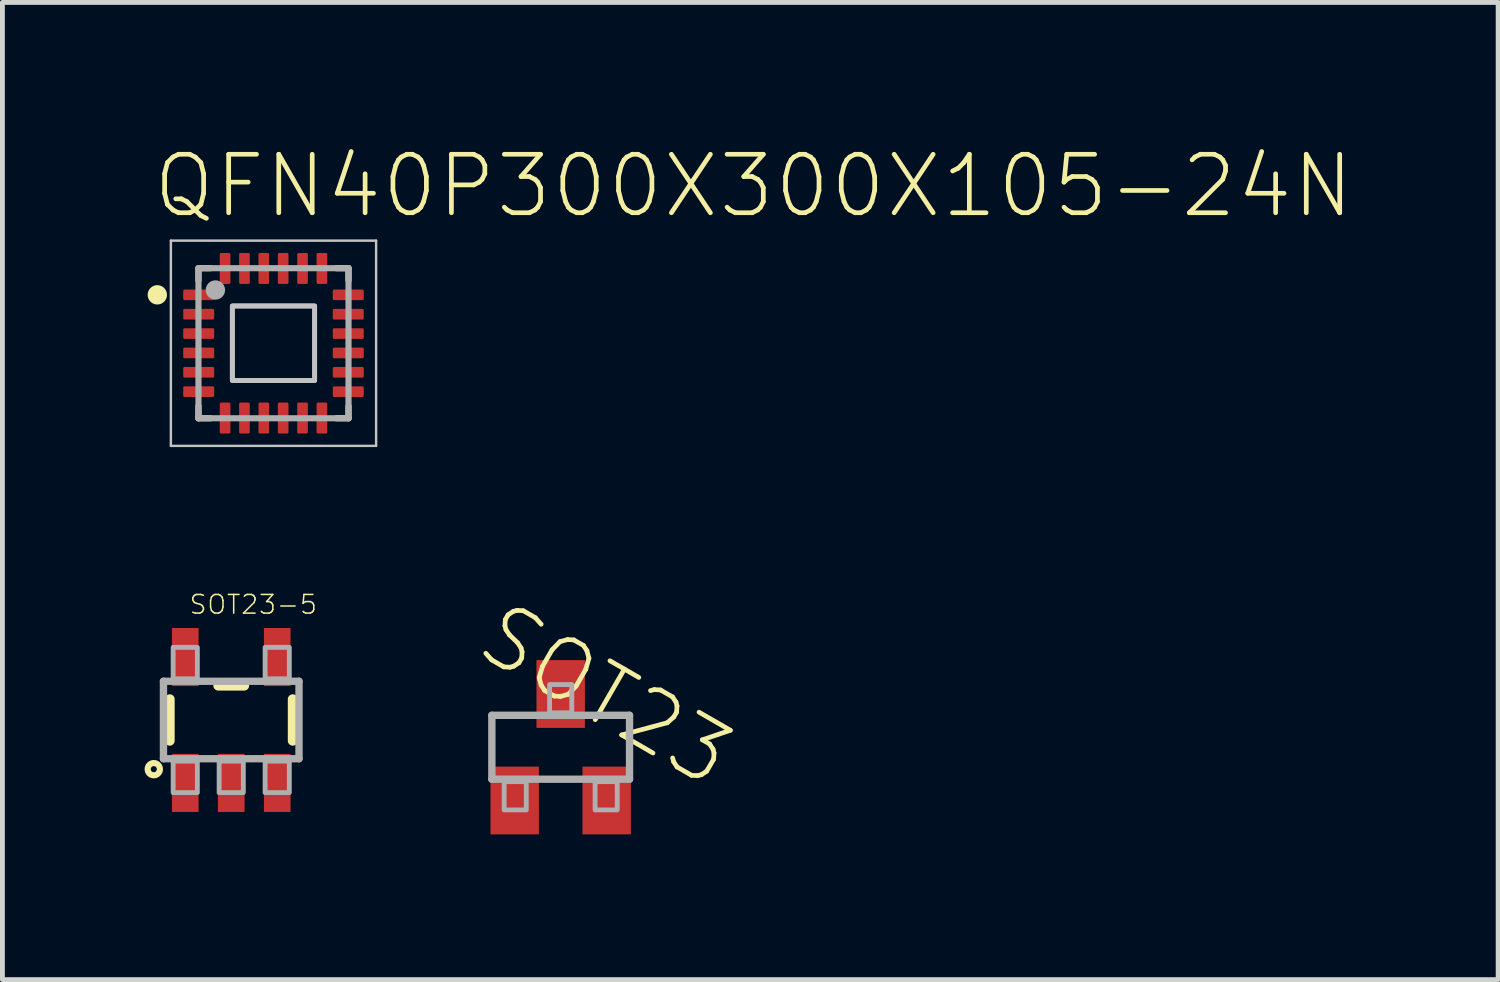
<source format=kicad_pcb>
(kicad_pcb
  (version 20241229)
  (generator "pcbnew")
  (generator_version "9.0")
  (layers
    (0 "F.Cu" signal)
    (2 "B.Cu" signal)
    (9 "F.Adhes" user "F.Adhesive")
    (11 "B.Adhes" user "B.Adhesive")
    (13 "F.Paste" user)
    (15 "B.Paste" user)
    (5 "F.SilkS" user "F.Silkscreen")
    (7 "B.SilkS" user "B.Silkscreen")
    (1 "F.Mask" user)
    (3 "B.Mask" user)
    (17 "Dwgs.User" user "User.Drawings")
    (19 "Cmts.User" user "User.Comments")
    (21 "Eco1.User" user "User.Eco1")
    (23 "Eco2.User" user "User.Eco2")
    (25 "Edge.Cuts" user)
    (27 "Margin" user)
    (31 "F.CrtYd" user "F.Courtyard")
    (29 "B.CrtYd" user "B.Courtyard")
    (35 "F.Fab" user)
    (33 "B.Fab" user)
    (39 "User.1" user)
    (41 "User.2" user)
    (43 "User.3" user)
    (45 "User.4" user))
  (footprint "QFN40P300X300X105-24N"
    (layer "F.Cu")
    (at 2.6 4.041)
    (property "Reference" "QFN40P300X300X105-24N" (at -2.543 -2.543 0) (layer "F.SilkS") (effects (font (size 1.208 1.208) (thickness 0.097)) (justify left bottom)))
    (attr through_hole)
    (fp_line (start -1.55 -1.55) (end -1.55 -1.3) (stroke (width 0.127) (type solid)) (layer "F.SilkS"))
    (fp_line (start -1.55 1.3) (end -1.55 1.55) (stroke (width 0.127) (type solid)) (layer "F.SilkS"))
    (fp_line (start -1.55 1.55) (end -1.3 1.55) (stroke (width 0.127) (type solid)) (layer "F.SilkS"))
    (fp_line (start -1.3 -1.55) (end -1.55 -1.55) (stroke (width 0.127) (type solid)) (layer "F.SilkS"))
    (fp_line (start 1.3 -1.55) (end 1.55 -1.55) (stroke (width 0.127) (type solid)) (layer "F.SilkS"))
    (fp_line (start 1.55 -1.55) (end 1.55 -1.3) (stroke (width 0.127) (type solid)) (layer "F.SilkS"))
    (fp_line (start 1.55 1.3) (end 1.55 1.55) (stroke (width 0.127) (type solid)) (layer "F.SilkS"))
    (fp_line (start 1.55 1.55) (end 1.3 1.55) (stroke (width 0.127) (type solid)) (layer "F.SilkS"))
    (fp_circle (center -2.4 -1) (end -2.3 -1) (stroke (width 0.2) (type solid)) (fill no) (layer "F.SilkS"))
    (fp_line (start -2.12 -2.12) (end 2.12 -2.12) (stroke (width 0.05) (type solid)) (layer "Dwgs.User"))
    (fp_line (start -2.12 2.12) (end -2.12 -2.12) (stroke (width 0.05) (type solid)) (layer "Dwgs.User"))
    (fp_line (start 2.12 -2.12) (end 2.12 2.12) (stroke (width 0.05) (type solid)) (layer "Dwgs.User"))
    (fp_line (start 2.12 2.12) (end -2.12 2.12) (stroke (width 0.05) (type solid)) (layer "Dwgs.User"))
    (fp_poly (pts (xy -0.85 0.77) (xy 0.85 0.77) (xy 0.85 -0.77) (xy -0.85 -0.77)) (stroke (width 0.1) (type solid)) (fill no) (layer "Dwgs.User"))
    (fp_poly (pts (xy -0.85 0.77) (xy 0.85 0.77) (xy 0.85 -0.77) (xy -0.85 -0.77)) (stroke (width 0.1) (type solid)) (fill no) (layer "Dwgs.User"))
    (fp_line (start -1.55 -1.55) (end 1.55 -1.55) (stroke (width 0.127) (type solid)) (layer "F.Fab"))
    (fp_line (start -1.55 1.55) (end -1.55 -1.55) (stroke (width 0.127) (type solid)) (layer "F.Fab"))
    (fp_line (start 1.55 -1.55) (end 1.55 1.55) (stroke (width 0.127) (type solid)) (layer "F.Fab"))
    (fp_line (start 1.55 1.55) (end -1.55 1.55) (stroke (width 0.127) (type solid)) (layer "F.Fab"))
    (fp_circle (center -1.2 -1.1) (end -1.1 -1.1) (stroke (width 0.2) (type solid)) (fill no) (layer "F.Fab"))
    (pad "1" smd roundrect (at -1.545 -1) (size 0.64 0.22) (layers "F.Cu" "F.Mask" "F.Paste") (roundrect_rratio 0.125))
    (pad "2" smd roundrect (at -1.545 -0.6) (size 0.64 0.22) (layers "F.Cu" "F.Mask" "F.Paste") (roundrect_rratio 0.125))
    (pad "3" smd roundrect (at -1.545 -0.2) (size 0.64 0.22) (layers "F.Cu" "F.Mask" "F.Paste") (roundrect_rratio 0.125))
    (pad "4" smd roundrect (at -1.545 0.2) (size 0.64 0.22) (layers "F.Cu" "F.Mask" "F.Paste") (roundrect_rratio 0.125))
    (pad "5" smd roundrect (at -1.545 0.6) (size 0.64 0.22) (layers "F.Cu" "F.Mask" "F.Paste") (roundrect_rratio 0.125))
    (pad "6" smd roundrect (at -1.545 1) (size 0.64 0.22) (layers "F.Cu" "F.Mask" "F.Paste") (roundrect_rratio 0.125))
    (pad "7" smd roundrect (at -1 1.545 90) (size 0.64 0.22) (layers "F.Cu" "F.Mask" "F.Paste") (roundrect_rratio 0.125))
    (pad "8" smd roundrect (at -0.6 1.545 90) (size 0.64 0.22) (layers "F.Cu" "F.Mask" "F.Paste") (roundrect_rratio 0.125))
    (pad "9" smd roundrect (at -0.2 1.545 90) (size 0.64 0.22) (layers "F.Cu" "F.Mask" "F.Paste") (roundrect_rratio 0.125))
    (pad "10" smd roundrect (at 0.2 1.545 90) (size 0.64 0.22) (layers "F.Cu" "F.Mask" "F.Paste") (roundrect_rratio 0.125))
    (pad "11" smd roundrect (at 0.6 1.545 90) (size 0.64 0.22) (layers "F.Cu" "F.Mask" "F.Paste") (roundrect_rratio 0.125))
    (pad "12" smd roundrect (at 1 1.545 90) (size 0.64 0.22) (layers "F.Cu" "F.Mask" "F.Paste") (roundrect_rratio 0.125))
    (pad "13" smd roundrect (at 1.545 1 180) (size 0.64 0.22) (layers "F.Cu" "F.Mask" "F.Paste") (roundrect_rratio 0.125))
    (pad "14" smd roundrect (at 1.545 0.6 180) (size 0.64 0.22) (layers "F.Cu" "F.Mask" "F.Paste") (roundrect_rratio 0.125))
    (pad "15" smd roundrect (at 1.545 0.2 180) (size 0.64 0.22) (layers "F.Cu" "F.Mask" "F.Paste") (roundrect_rratio 0.125))
    (pad "16" smd roundrect (at 1.545 -0.2 180) (size 0.64 0.22) (layers "F.Cu" "F.Mask" "F.Paste") (roundrect_rratio 0.125))
    (pad "17" smd roundrect (at 1.545 -0.6 180) (size 0.64 0.22) (layers "F.Cu" "F.Mask" "F.Paste") (roundrect_rratio 0.125))
    (pad "18" smd roundrect (at 1.545 -1 180) (size 0.64 0.22) (layers "F.Cu" "F.Mask" "F.Paste") (roundrect_rratio 0.125))
    (pad "19" smd roundrect (at 1 -1.545 270) (size 0.64 0.22) (layers "F.Cu" "F.Mask" "F.Paste") (roundrect_rratio 0.125))
    (pad "20" smd roundrect (at 0.6 -1.545 270) (size 0.64 0.22) (layers "F.Cu" "F.Mask" "F.Paste") (roundrect_rratio 0.125))
    (pad "21" smd roundrect (at 0.2 -1.545 270) (size 0.64 0.22) (layers "F.Cu" "F.Mask" "F.Paste") (roundrect_rratio 0.125))
    (pad "22" smd roundrect (at -0.2 -1.545 270) (size 0.64 0.22) (layers "F.Cu" "F.Mask" "F.Paste") (roundrect_rratio 0.125))
    (pad "23" smd roundrect (at -0.6 -1.545 270) (size 0.64 0.22) (layers "F.Cu" "F.Mask" "F.Paste") (roundrect_rratio 0.125))
    (pad "24" smd roundrect (at -1 -1.545 270) (size 0.64 0.22) (layers "F.Cu" "F.Mask" "F.Paste") (roundrect_rratio 0.125)))
  (footprint "SOT23"
    (layer "F.Cu")
    (at 8.533 12.387)
    (property "Reference" "SOT23" (at -1.905 -1.905 150) (layer "F.SilkS") (effects (font (size 1.206 1.206) (thickness 0.097)) (justify left bottom)))
    (attr through_hole)
    (fp_line (start -1.422 -0.66) (end 1.422 -0.66) (stroke (width 0.152) (type solid)) (layer "F.Fab"))
    (fp_line (start -1.422 0.66) (end -1.422 -0.66) (stroke (width 0.152) (type solid)) (layer "F.Fab"))
    (fp_line (start 1.422 -0.66) (end 1.422 0.66) (stroke (width 0.152) (type solid)) (layer "F.Fab"))
    (fp_line (start 1.422 0.66) (end -1.422 0.66) (stroke (width 0.152) (type solid)) (layer "F.Fab"))
    (fp_poly (pts (xy -1.168 1.295) (xy -0.711 1.295) (xy -0.711 0.711) (xy -1.168 0.711)) (stroke (width 0.1) (type solid)) (fill no) (layer "F.Fab"))
    (fp_poly (pts (xy -0.229 -0.711) (xy 0.229 -0.711) (xy 0.229 -1.295) (xy -0.229 -1.295)) (stroke (width 0.1) (type solid)) (fill no) (layer "F.Fab"))
    (fp_poly (pts (xy 0.711 1.295) (xy 1.168 1.295) (xy 1.168 0.711) (xy 0.711 0.711)) (stroke (width 0.1) (type solid)) (fill no) (layer "F.Fab"))
    (pad "1" smd rect (at -0.95 1.1) (size 1 1.4) (layers "F.Cu" "F.Mask" "F.Paste"))
    (pad "2" smd rect (at 0.95 1.1) (size 1 1.4) (layers "F.Cu" "F.Mask" "F.Paste"))
    (pad "3" smd rect (at 0 -1.1) (size 1 1.4) (layers "F.Cu" "F.Mask" "F.Paste")))
  (footprint "SOT23-5"
    (layer "F.Cu")
    (at 1.727 11.824)
    (property "Reference" "SOT23-5" (at -0.889 -2.159 180) (layer "F.SilkS") (effects (font (size 0.386 0.386) (thickness 0.031)) (justify left bottom)))
    (attr through_hole)
    (fp_line (start -1.27 0.429) (end -1.27 -0.429) (stroke (width 0.203) (type solid)) (layer "F.SilkS"))
    (fp_line (start -0.268 -0.709) (end 0.268 -0.709) (stroke (width 0.203) (type solid)) (layer "F.SilkS"))
    (fp_line (start 1.27 -0.429) (end 1.27 0.429) (stroke (width 0.203) (type solid)) (layer "F.SilkS"))
    (fp_circle (center -1.6 1.016) (end -1.537 1.016) (stroke (width 0.127) (type solid)) (fill no) (layer "F.SilkS"))
    (fp_line (start -1.4 -0.8) (end -1.4 0.8) (stroke (width 0.152) (type solid)) (layer "F.Fab"))
    (fp_line (start -1.4 -0.8) (end 1.4 -0.8) (stroke (width 0.152) (type solid)) (layer "F.Fab"))
    (fp_line (start 1.4 -0.8) (end 1.4 0.8) (stroke (width 0.152) (type solid)) (layer "F.Fab"))
    (fp_line (start 1.4 0.8) (end -1.4 0.8) (stroke (width 0.152) (type solid)) (layer "F.Fab"))
    (fp_poly (pts (xy -1.2 -0.85) (xy -0.7 -0.85) (xy -0.7 -1.5) (xy -1.2 -1.5)) (stroke (width 0.1) (type solid)) (fill no) (layer "F.Fab"))
    (fp_poly (pts (xy -1.2 1.5) (xy -0.7 1.5) (xy -0.7 0.85) (xy -1.2 0.85)) (stroke (width 0.1) (type solid)) (fill no) (layer "F.Fab"))
    (fp_poly (pts (xy -0.25 1.5) (xy 0.25 1.5) (xy 0.25 0.85) (xy -0.25 0.85)) (stroke (width 0.1) (type solid)) (fill no) (layer "F.Fab"))
    (fp_poly (pts (xy 0.7 -0.85) (xy 1.2 -0.85) (xy 1.2 -1.5) (xy 0.7 -1.5)) (stroke (width 0.1) (type solid)) (fill no) (layer "F.Fab"))
    (fp_poly (pts (xy 0.7 1.5) (xy 1.2 1.5) (xy 1.2 0.85) (xy 0.7 0.85)) (stroke (width 0.1) (type solid)) (fill no) (layer "F.Fab"))
    (pad "1" smd rect (at -0.95 1.3) (size 0.55 1.2) (layers "F.Cu" "F.Mask" "F.Paste"))
    (pad "2" smd rect (at 0 1.3) (size 0.55 1.2) (layers "F.Cu" "F.Mask" "F.Paste"))
    (pad "3" smd rect (at 0.95 1.3) (size 0.55 1.2) (layers "F.Cu" "F.Mask" "F.Paste"))
    (pad "4" smd rect (at 0.95 -1.3) (size 0.55 1.2) (layers "F.Cu" "F.Mask" "F.Paste"))
    (pad "5" smd rect (at -0.95 -1.3) (size 0.55 1.2) (layers "F.Cu" "F.Mask" "F.Paste")))
  (gr_rect
    (start -3 -3)
    (end 27.9 17.187)
    (stroke (width 0.1) (type default))
    (fill no)
    (layer "Edge.Cuts")))
</source>
